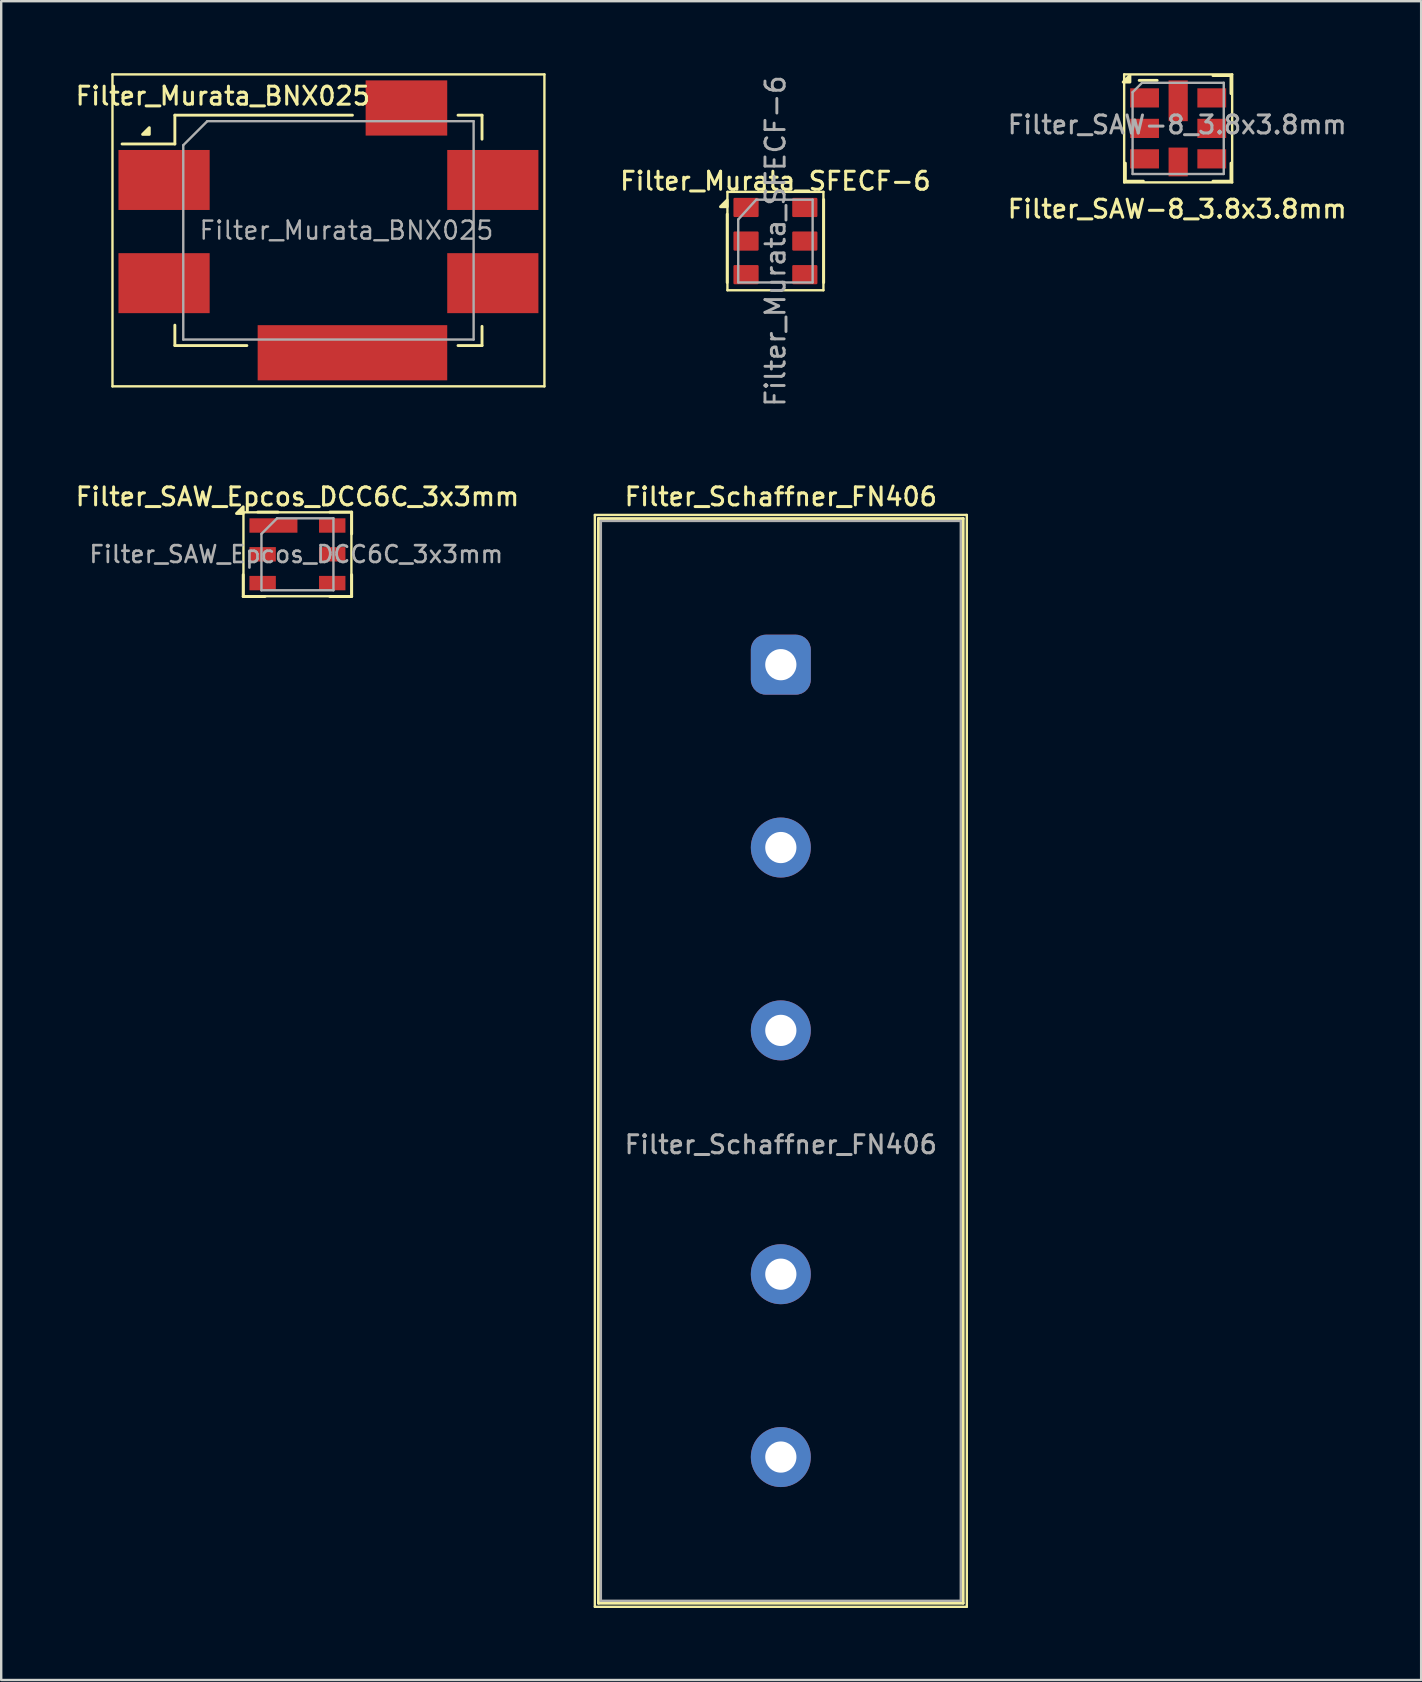
<source format=kicad_pcb>
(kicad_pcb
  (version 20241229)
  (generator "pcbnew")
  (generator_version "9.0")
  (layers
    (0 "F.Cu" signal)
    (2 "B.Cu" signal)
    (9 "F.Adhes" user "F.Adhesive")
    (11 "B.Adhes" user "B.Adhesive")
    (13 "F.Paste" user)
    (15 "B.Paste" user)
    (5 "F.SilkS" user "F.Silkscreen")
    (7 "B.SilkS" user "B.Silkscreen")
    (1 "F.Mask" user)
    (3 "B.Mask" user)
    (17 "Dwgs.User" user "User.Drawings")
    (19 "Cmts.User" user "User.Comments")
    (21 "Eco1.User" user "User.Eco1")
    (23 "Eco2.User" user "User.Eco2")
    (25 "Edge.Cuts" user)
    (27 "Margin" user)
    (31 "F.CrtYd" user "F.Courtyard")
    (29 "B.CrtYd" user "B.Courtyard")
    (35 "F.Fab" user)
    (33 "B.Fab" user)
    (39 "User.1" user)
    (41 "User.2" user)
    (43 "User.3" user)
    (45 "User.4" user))
  (footprint "Filter_Murata_BNX025"
    (layer "F.Cu")
    (at 10.637 6.55)
    (property "Reference" "Filter_Murata_BNX025" (at -4.4 -5.6 180) (layer "F.SilkS") (effects (font (size 0.75 0.75) (thickness 0.125))))
    (attr smd)
    (fp_line (start -9 -6.5) (end -9 6.5) (stroke (width 0.1) (type solid)) (layer "F.SilkS"))
    (fp_line (start -9 -6.5) (end 9 -6.5) (stroke (width 0.1) (type solid)) (layer "F.SilkS"))
    (fp_line (start -6.4 -3.6) (end -8.6 -3.6) (stroke (width 0.12) (type solid)) (layer "F.SilkS"))
    (fp_line (start -6.4 -3.6) (end -6.4 -4.8) (stroke (width 0.12) (type solid)) (layer "F.SilkS"))
    (fp_line (start -6.4 4.8) (end -6.4 3.95) (stroke (width 0.12) (type solid)) (layer "F.SilkS"))
    (fp_line (start -3.4 4.8) (end -6.4 4.8) (stroke (width 0.12) (type solid)) (layer "F.SilkS"))
    (fp_line (start 1 -4.8) (end -6.4 -4.8) (stroke (width 0.12) (type solid)) (layer "F.SilkS"))
    (fp_line (start 5.4 4.8) (end 6.4 4.8) (stroke (width 0.12) (type solid)) (layer "F.SilkS"))
    (fp_line (start 6.4 -4.8) (end 5.4 -4.8) (stroke (width 0.12) (type solid)) (layer "F.SilkS"))
    (fp_line (start 6.4 -3.8) (end 6.4 -4.8) (stroke (width 0.12) (type solid)) (layer "F.SilkS"))
    (fp_line (start 6.4 4.8) (end 6.4 4) (stroke (width 0.12) (type solid)) (layer "F.SilkS"))
    (fp_line (start 9 6.5) (end -9 6.5) (stroke (width 0.1) (type solid)) (layer "F.SilkS"))
    (fp_line (start 9 6.5) (end 9 -6.5) (stroke (width 0.1) (type solid)) (layer "F.SilkS"))
    (fp_poly (pts (xy -7.465 -4) (xy -7.745 -4) (xy -7.465 -4.28) (xy -7.465 -4)) (stroke (width 0.12) (type solid)) (fill yes) (layer "F.SilkS"))
    (fp_line (start -6.05 4.55) (end -6.05 -3.55) (stroke (width 0.1) (type solid)) (layer "F.Fab"))
    (fp_line (start -5.05 -4.55) (end -6.05 -3.55) (stroke (width 0.1) (type solid)) (layer "F.Fab"))
    (fp_line (start -5.05 -4.55) (end 6.05 -4.55) (stroke (width 0.1) (type solid)) (layer "F.Fab"))
    (fp_line (start 6.05 -4.55) (end 6.05 4.55) (stroke (width 0.1) (type solid)) (layer "F.Fab"))
    (fp_line (start 6.05 4.55) (end -6.05 4.55) (stroke (width 0.1) (type solid)) (layer "F.Fab"))
    (fp_text user "${REFERENCE}" (at 0.75 0 0) (layer "F.Fab") (effects (font (size 0.75 0.75) (thickness 0.1))))
    (pad "1" smd rect (at -6.85 -2.1) (size 3.8 2.5) (layers "F.Cu" "F.Mask" "F.Paste"))
    (pad "2" smd rect (at 6.85 -2.1) (size 3.8 2.5) (layers "F.Cu" "F.Mask" "F.Paste"))
    (pad "3" smd rect (at -6.85 2.2) (size 3.8 2.5) (layers "F.Cu" "F.Mask" "F.Paste"))
    (pad "4" smd rect (at 1 5.1) (size 7.9 2.3) (layers "F.Cu" "F.Mask" "F.Paste"))
    (pad "4" smd rect (at 3.25 -5.1) (size 3.4 2.3) (layers "F.Cu" "F.Mask" "F.Paste"))
    (pad "4" smd rect (at 6.85 2.2) (size 3.8 2.5) (layers "F.Cu" "F.Mask" "F.Paste")))
  (footprint "Filter_SAW-8_3.8x3.8mm"
    (layer "F.Cu")
    (at 46.047 2.3)
    (property "Reference" "Filter_SAW-8_3.8x3.8mm" (at -0.04 3.36 0) (layer "F.SilkS") (effects (font (size 0.75 0.75) (thickness 0.125))))
    (attr smd)
    (fp_line (start -2.25 -2.25) (end 2.25 -2.25) (stroke (width 0.1) (type solid)) (layer "F.SilkS"))
    (fp_line (start -2.25 2.25) (end -2.25 -2.25) (stroke (width 0.1) (type solid)) (layer "F.SilkS"))
    (fp_line (start -2.2 2.2) (end -2.2 1.45) (stroke (width 0.12) (type solid)) (layer "F.SilkS"))
    (fp_line (start -1.625 -2) (end -0.875 -2) (stroke (width 0.12) (type solid)) (layer "F.SilkS"))
    (fp_line (start -1.45 2.2) (end -2.2 2.2) (stroke (width 0.12) (type solid)) (layer "F.SilkS"))
    (fp_line (start 1.45 -2.2) (end 2.2 -2.2) (stroke (width 0.12) (type solid)) (layer "F.SilkS"))
    (fp_line (start 2.2 -2.2) (end 2.2 -1.45) (stroke (width 0.12) (type solid)) (layer "F.SilkS"))
    (fp_line (start 2.2 1.45) (end 2.2 2.2) (stroke (width 0.12) (type solid)) (layer "F.SilkS"))
    (fp_line (start 2.2 2.2) (end 1.45 2.2) (stroke (width 0.12) (type solid)) (layer "F.SilkS"))
    (fp_line (start 2.25 -2.25) (end 2.25 2.25) (stroke (width 0.1) (type solid)) (layer "F.SilkS"))
    (fp_line (start 2.25 2.25) (end -2.25 2.25) (stroke (width 0.1) (type solid)) (layer "F.SilkS"))
    (fp_poly (pts (xy -2.01 -1.93) (xy -2.29 -1.93) (xy -2.01 -2.21) (xy -2.01 -1.93)) (stroke (width 0.12) (type solid)) (fill yes) (layer "F.SilkS"))
    (fp_line (start -1.9 1.9) (end -1.9 -1.505) (stroke (width 0.1) (type solid)) (layer "F.Fab"))
    (fp_line (start -1.505 -1.9) (end -1.9 -1.505) (stroke (width 0.1) (type solid)) (layer "F.Fab"))
    (fp_line (start -1.505 -1.9) (end 1.9 -1.9) (stroke (width 0.1) (type solid)) (layer "F.Fab"))
    (fp_line (start 1.9 -1.9) (end 1.9 1.9) (stroke (width 0.1) (type solid)) (layer "F.Fab"))
    (fp_line (start 1.9 1.9) (end -1.9 1.9) (stroke (width 0.1) (type solid)) (layer "F.Fab"))
    (fp_text user "${REFERENCE}" (at -0.04 -0.15 0) (layer "F.Fab") (effects (font (size 0.75 0.75) (thickness 0.125))))
    (pad "1" smd rect (at -1.4 -1.27 270) (size 0.8 1.2) (layers "F.Cu" "F.Mask" "F.Paste"))
    (pad "2" smd rect (at -1.4 0 270) (size 0.8 1.2) (layers "F.Cu" "F.Mask" "F.Paste"))
    (pad "3" smd rect (at -1.4 1.27 270) (size 0.8 1.2) (layers "F.Cu" "F.Mask" "F.Paste"))
    (pad "4" smd rect (at 0 1.4 270) (size 1.2 0.8) (layers "F.Cu" "F.Mask" "F.Paste"))
    (pad "5" smd rect (at 1.4 1.27 270) (size 0.8 1.2) (layers "F.Cu" "F.Mask" "F.Paste"))
    (pad "6" smd rect (at 1.4 0 270) (size 0.8 1.2) (layers "F.Cu" "F.Mask" "F.Paste"))
    (pad "7" smd rect (at 1.4 -1.27 270) (size 0.8 1.2) (layers "F.Cu" "F.Mask" "F.Paste"))
    (pad "8" smd rect (at 0 -1.15 270) (size 1.7 0.8) (layers "F.Cu" "F.Mask" "F.Paste")))
  (footprint "Filter_SAW_Epcos_DCC6C_3x3mm"
    (layer "F.Cu")
    (at 9.345 20.049)
    (property "Reference" "Filter_SAW_Epcos_DCC6C_3x3mm" (at 0 -2.4 0) (unlocked yes) (layer "F.SilkS") (effects (font (size 0.75 0.75) (thickness 0.125))))
    (attr smd)
    (fp_line (start -2.26 1.76) (end -2.26 0.85) (stroke (width 0.12) (type solid)) (layer "F.SilkS"))
    (fp_line (start -1.655 -1.76) (end -0.805 -1.76) (stroke (width 0.12) (type solid)) (layer "F.SilkS"))
    (fp_line (start -1.35 1.76) (end -2.26 1.76) (stroke (width 0.12) (type solid)) (layer "F.SilkS"))
    (fp_line (start 2.26 -1.76) (end 1.35 -1.76) (stroke (width 0.12) (type solid)) (layer "F.SilkS"))
    (fp_line (start 2.26 -1.76) (end 2.26 -0.85) (stroke (width 0.12) (type solid)) (layer "F.SilkS"))
    (fp_line (start 2.26 1.76) (end 1.35 1.76) (stroke (width 0.12) (type solid)) (layer "F.SilkS"))
    (fp_line (start 2.26 1.76) (end 2.26 0.85) (stroke (width 0.12) (type solid)) (layer "F.SilkS"))
    (fp_rect (start 2.25 1.75) (end -2.25 -1.75) (stroke (width 0.1) (type solid)) (fill no) (layer "F.SilkS"))
    (fp_poly (pts (xy -2.26 -1.7) (xy -2.54 -1.7) (xy -2.26 -1.98) (xy -2.26 -1.7)) (stroke (width 0.12) (type solid)) (fill yes) (layer "F.SilkS"))
    (fp_line (start -1.5 -0.85) (end -0.85 -1.5) (stroke (width 0.1) (type solid)) (layer "F.Fab"))
    (fp_line (start -1.5 1.5) (end -1.5 -0.85) (stroke (width 0.1) (type solid)) (layer "F.Fab"))
    (fp_line (start -0.85 -1.5) (end 1.5 -1.5) (stroke (width 0.1) (type solid)) (layer "F.Fab"))
    (fp_line (start 1.5 -1.5) (end 1.5 1.5) (stroke (width 0.1) (type solid)) (layer "F.Fab"))
    (fp_line (start 1.5 1.5) (end -1.5 1.5) (stroke (width 0.1) (type solid)) (layer "F.Fab"))
    (fp_text user "${REFERENCE}" (at -0.05 0 0) (unlocked yes) (layer "F.Fab") (effects (font (size 0.7 0.7) (thickness 0.11))))
    (pad "1" smd rect (at -1 -1.2) (size 2 0.6) (layers "F.Cu" "F.Mask" "F.Paste"))
    (pad "2" smd rect (at -1.45 0) (size 1.1 0.6) (layers "F.Cu" "F.Mask" "F.Paste"))
    (pad "3" smd rect (at -1.45 1.2) (size 1.1 0.6) (layers "F.Cu" "F.Mask" "F.Paste"))
    (pad "4" smd rect (at 1.45 1.2) (size 1.1 0.6) (layers "F.Cu" "F.Mask" "F.Paste"))
    (pad "5" smd rect (at 1.45 0) (size 1.1 0.6) (layers "F.Cu" "F.Mask" "F.Paste"))
    (pad "6" smd rect (at 1.45 -1.2) (size 1.1 0.6) (layers "F.Cu" "F.Mask" "F.Paste")))
  (footprint "Filter_Schaffner_FN406"
    (layer "F.Cu")
    (at 29.489 24.649)
    (property "Reference" "Filter_Schaffner_FN406" (at 0 -7 0) (layer "F.SilkS") (effects (font (size 0.75 0.75) (thickness 0.125))))
    (attr through_hole)
    (fp_line (start -7.75 -6.24) (end -7.75 39.26) (stroke (width 0.1) (type solid)) (layer "F.SilkS"))
    (fp_line (start -7.75 -6.24) (end 7.75 -6.24) (stroke (width 0.1) (type solid)) (layer "F.SilkS"))
    (fp_line (start -7.75 39.26) (end 7.75 39.26) (stroke (width 0.1) (type solid)) (layer "F.SilkS"))
    (fp_line (start -7.6 -6.09) (end -7.6 39.11) (stroke (width 0.12) (type solid)) (layer "F.SilkS"))
    (fp_line (start -7.6 -6.09) (end 7.6 -6.09) (stroke (width 0.12) (type solid)) (layer "F.SilkS"))
    (fp_line (start -7.6 39.11) (end 7.6 39.11) (stroke (width 0.12) (type solid)) (layer "F.SilkS"))
    (fp_line (start 7.6 39.11) (end 7.6 -6.09) (stroke (width 0.12) (type solid)) (layer "F.SilkS"))
    (fp_line (start 7.75 -6.24) (end 7.75 39.26) (stroke (width 0.1) (type solid)) (layer "F.SilkS"))
    (fp_line (start -7.5 -5.99) (end -7.5 39.01) (stroke (width 0.1) (type solid)) (layer "F.Fab"))
    (fp_line (start -7.5 -5.99) (end 7.5 -5.99) (stroke (width 0.1) (type solid)) (layer "F.Fab"))
    (fp_line (start -7.5 39.01) (end 7.5 39.01) (stroke (width 0.1) (type solid)) (layer "F.Fab"))
    (fp_line (start 7.5 -5.99) (end 7.5 39.01) (stroke (width 0.1) (type solid)) (layer "F.Fab"))
    (fp_text user "${REFERENCE}" (at 0 20 0) (layer "F.Fab") (effects (font (size 0.75 0.75) (thickness 0.125))))
    (pad "1" thru_hole roundrect (at 0 0) (size 2.5 2.5) (drill 1.3) (layers "*.Cu" "*.Mask") (roundrect_rratio 0.25))
    (pad "2" thru_hole circle (at 0 7.62) (size 2.5 2.5) (drill 1.3) (layers "*.Cu" "*.Mask"))
    (pad "3" thru_hole circle (at 0 15.24) (size 2.5 2.5) (drill 1.3) (layers "*.Cu" "*.Mask"))
    (pad "4" thru_hole circle (at 0 25.4) (size 2.5 2.5) (drill 1.3) (layers "*.Cu" "*.Mask"))
    (pad "5" thru_hole circle (at 0 33.02) (size 2.5 2.5) (drill 1.3) (layers "*.Cu" "*.Mask")))
  (footprint "Filter_Murata_SFECF-6"
    (layer "F.Cu")
    (at 29.264 6.995)
    (property "Reference" "Filter_Murata_SFECF-6" (at 0 -2.5 0) (layer "F.SilkS") (effects (font (size 0.75 0.75) (thickness 0.125))))
    (attr smd)
    (fp_line (start -2.01 1.73) (end -2.01 -1.12) (stroke (width 0.12) (type solid)) (layer "F.SilkS"))
    (fp_line (start -2 -2.05) (end -2 2.05) (stroke (width 0.1) (type solid)) (layer "F.SilkS"))
    (fp_line (start -2 2.05) (end 2 2.05) (stroke (width 0.1) (type solid)) (layer "F.SilkS"))
    (fp_line (start 2 -2.05) (end -2 -2.05) (stroke (width 0.1) (type solid)) (layer "F.SilkS"))
    (fp_line (start 2 -2.05) (end 2 2.05) (stroke (width 0.1) (type solid)) (layer "F.SilkS"))
    (fp_line (start 2.01 1.73) (end 2.01 -1.73) (stroke (width 0.12) (type solid)) (layer "F.SilkS"))
    (fp_poly (pts (xy -2.01 -1.43) (xy -2.29 -1.43) (xy -2.01 -1.71) (xy -2.01 -1.43)) (stroke (width 0.12) (type solid)) (fill yes) (layer "F.SilkS"))
    (fp_line (start -1.55 -0.9) (end -1.55 1.725) (stroke (width 0.1) (type solid)) (layer "F.Fab"))
    (fp_line (start -1.55 1.725) (end 1.55 1.725) (stroke (width 0.1) (type solid)) (layer "F.Fab"))
    (fp_line (start -0.8 -1.725) (end -1.55 -0.9) (stroke (width 0.1) (type solid)) (layer "F.Fab"))
    (fp_line (start 1.55 -1.725) (end -0.8 -1.725) (stroke (width 0.1) (type solid)) (layer "F.Fab"))
    (fp_line (start 1.55 -1.725) (end 1.55 1.725) (stroke (width 0.1) (type solid)) (layer "F.Fab"))
    (fp_text user "${REFERENCE}" (at 0 0 90) (layer "F.Fab") (effects (font (size 0.8 0.8) (thickness 0.12))))
    (pad "1" smd roundrect (at -1.225 -1.4) (size 1.05 0.8) (layers "F.Cu" "F.Mask" "F.Paste") (roundrect_rratio 0.062))
    (pad "2" smd roundrect (at -1.225 0) (size 1.05 0.8) (layers "F.Cu" "F.Mask" "F.Paste") (roundrect_rratio 0.062))
    (pad "3" smd roundrect (at -1.225 1.4) (size 1.05 0.8) (layers "F.Cu" "F.Mask" "F.Paste") (roundrect_rratio 0.062))
    (pad "4" smd roundrect (at 1.225 1.4) (size 1.05 0.8) (layers "F.Cu" "F.Mask" "F.Paste") (roundrect_rratio 0.062))
    (pad "5" smd roundrect (at 1.225 0) (size 1.05 0.8) (layers "F.Cu" "F.Mask" "F.Paste") (roundrect_rratio 0.062))
    (pad "6" smd roundrect (at 1.225 -1.4) (size 1.05 0.8) (layers "F.Cu" "F.Mask" "F.Paste") (roundrect_rratio 0.062)))
  (gr_rect
    (start -3 -3)
    (end 56.173 66.959)
    (stroke (width 0.1) (type default))
    (fill no)
    (layer "Edge.Cuts")))
</source>
